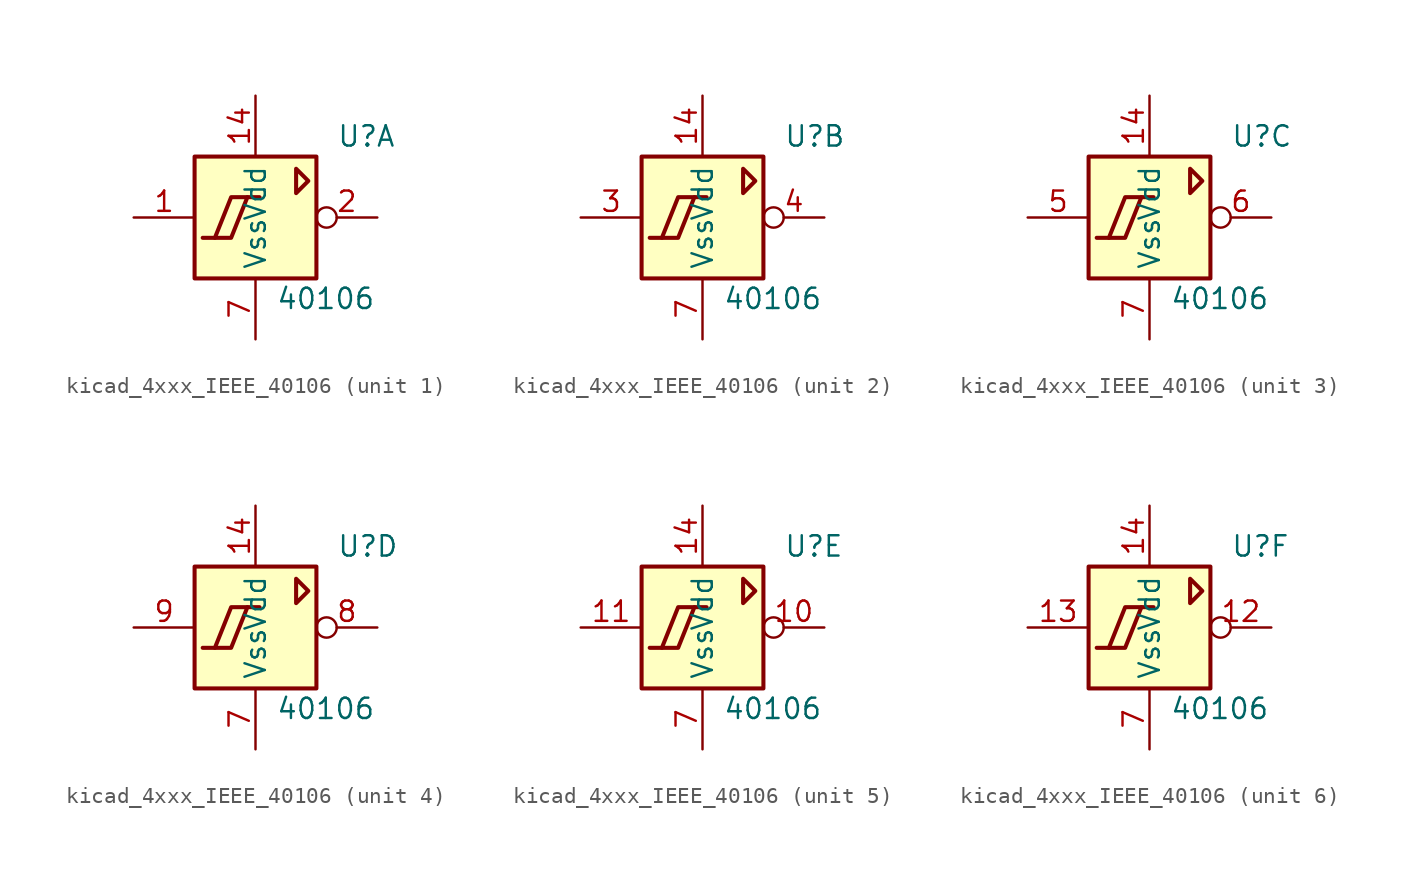
<source format=kicad_sym>
(kicad_symbol_lib
  (version 20220914)
  (generator kicad_symbol_editor)
  (symbol "kicad_4xxx_IEEE_40106"
    (property "Reference" "U"
      (at 5.08 5.08 0)
      (effects (font (size 1.27 1.27)) (justify left)))
    (property "Value" "40106"
      (at 1.27 -5.08 0)
      (effects (font (size 1.27 1.27)) (justify left)))
    (symbol "kicad_4xxx_IEEE_40106_0_0"
      (rectangle (start -3.81 3.81) (end 3.81 -3.81) (stroke (width 0.254) (type default)) (fill (type background)))
      (polyline (pts (xy -0.508 1.27) (xy -1.524 -1.27) (xy -2.54 -1.27) (xy -2.54 -1.27)) (stroke (width 0.254) (type default)) (fill (type background)))
      (polyline (pts (xy 0.254 1.27) (xy -1.524 1.27) (xy -2.54 -1.27) (xy -3.302 -1.27) (xy -3.302 -1.27)) (stroke (width 0.254) (type default)) (fill (type background)))
      (polyline (pts (xy 2.54 3.048) (xy 2.54 1.524) (xy 3.302 2.286) (xy 2.54 3.048) (xy 2.54 3.048)) (stroke (width 0.254) (type default)) (fill (type background))))
    (symbol "kicad_4xxx_IEEE_40106_0_1"
      (pin power_in line (at 0 7.62 270) (length 3.81) (name "Vdd" (effects (font (size 1.27 1.27)))) (number "14" (effects (font (size 1.27 1.27)))))
      (pin power_in line (at 0 -7.62 90) (length 3.81) (name "Vss" (effects (font (size 1.27 1.27)))) (number "7" (effects (font (size 1.27 1.27))))))
    (symbol "kicad_4xxx_IEEE_40106_1_1"
      (pin input line (at -7.62 0 0) (length 3.81) (name "~" (effects (font (size 1.27 1.27)))) (number "1" (effects (font (size 1.27 1.27)))))
      (pin output inverted (at 7.62 0 180) (length 3.81) (name "~" (effects (font (size 1.27 1.27)))) (number "2" (effects (font (size 1.27 1.27))))))
    (symbol "kicad_4xxx_IEEE_40106_2_1"
      (pin input line (at -7.62 0 0) (length 3.81) (name "~" (effects (font (size 1.27 1.27)))) (number "3" (effects (font (size 1.27 1.27)))))
      (pin output inverted (at 7.62 0 180) (length 3.81) (name "~" (effects (font (size 1.27 1.27)))) (number "4" (effects (font (size 1.27 1.27))))))
    (symbol "kicad_4xxx_IEEE_40106_3_1"
      (pin input line (at -7.62 0 0) (length 3.81) (name "~" (effects (font (size 1.27 1.27)))) (number "5" (effects (font (size 1.27 1.27)))))
      (pin output inverted (at 7.62 0 180) (length 3.81) (name "~" (effects (font (size 1.27 1.27)))) (number "6" (effects (font (size 1.27 1.27))))))
    (symbol "kicad_4xxx_IEEE_40106_4_1"
      (pin output inverted (at 7.62 0 180) (length 3.81) (name "~" (effects (font (size 1.27 1.27)))) (number "8" (effects (font (size 1.27 1.27)))))
      (pin input line (at -7.62 0 0) (length 3.81) (name "~" (effects (font (size 1.27 1.27)))) (number "9" (effects (font (size 1.27 1.27))))))
    (symbol "kicad_4xxx_IEEE_40106_5_1"
      (pin output inverted (at 7.62 0 180) (length 3.81) (name "~" (effects (font (size 1.27 1.27)))) (number "10" (effects (font (size 1.27 1.27)))))
      (pin input line (at -7.62 0 0) (length 3.81) (name "~" (effects (font (size 1.27 1.27)))) (number "11" (effects (font (size 1.27 1.27))))))
    (symbol "kicad_4xxx_IEEE_40106_6_1"
      (pin output inverted (at 7.62 0 180) (length 3.81) (name "~" (effects (font (size 1.27 1.27)))) (number "12" (effects (font (size 1.27 1.27)))))
      (pin input line (at -7.62 0 0) (length 3.81) (name "~" (effects (font (size 1.27 1.27)))) (number "13" (effects (font (size 1.27 1.27))))))))
</source>
